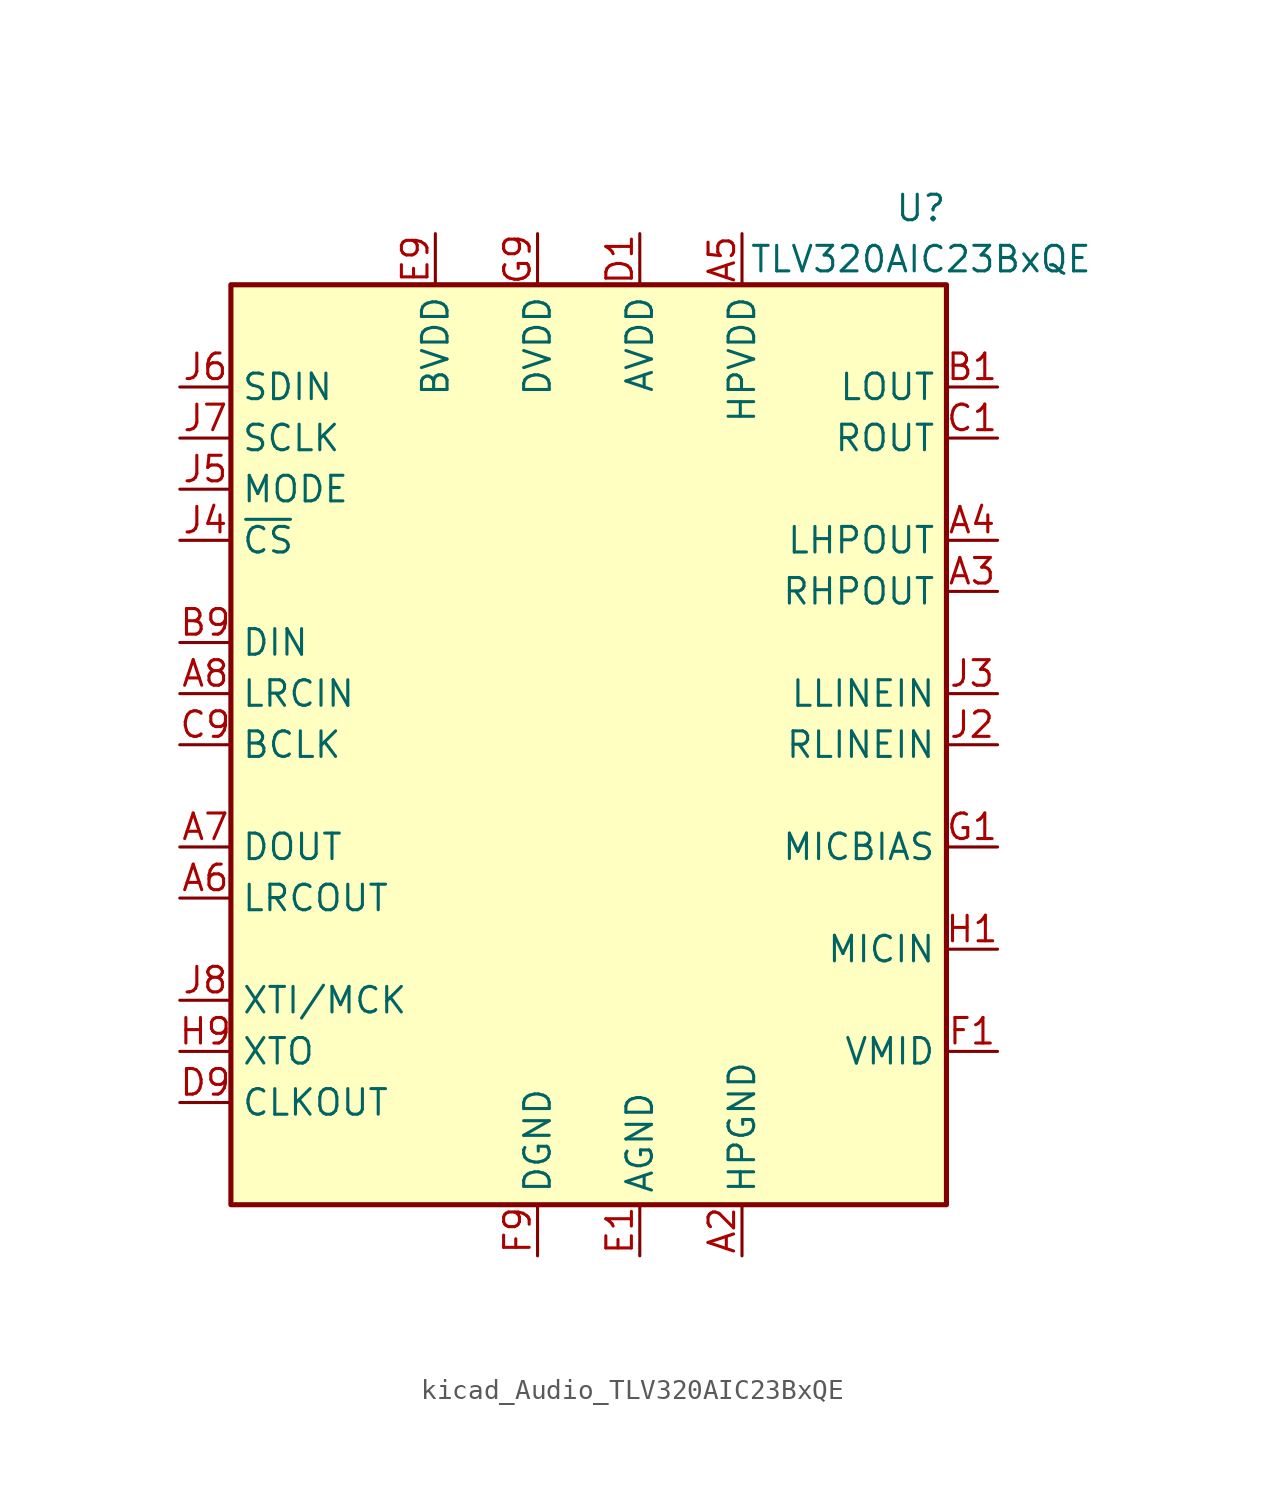
<source format=kicad_sym>
(kicad_symbol_lib
  (version 20220914)
  (generator kicad_symbol_editor)
  (symbol "kicad_Audio_TLV320AIC23BxQE"
    (property "Reference" "U"
      (at 16.51 26.67 0)
      (effects (font (size 1.27 1.27))))
    (property "Value" "TLV320AIC23BxQE"
      (at 16.51 24.13 0)
      (effects (font (size 1.27 1.27))))
    (symbol "kicad_Audio_TLV320AIC23BxQE_0_1"
      (rectangle (start -17.78 22.86) (end 17.78 -22.86) (stroke (width 0.254) (type default)) (fill (type background))))
    (symbol "kicad_Audio_TLV320AIC23BxQE_1_1"
      (pin no_connect line (at -12.7 -22.86 90) (length 2.54) hide (name "NC" (effects (font (size 1.27 1.27)))) (number "A1" (effects (font (size 1.27 1.27)))))
      (pin power_in line (at 7.62 -25.4 90) (length 2.54) (name "HPGND" (effects (font (size 1.27 1.27)))) (number "A2" (effects (font (size 1.27 1.27)))))
      (pin passive line (at 20.32 7.62 180) (length 2.54) (name "RHPOUT" (effects (font (size 1.27 1.27)))) (number "A3" (effects (font (size 1.27 1.27)))))
      (pin passive line (at 20.32 10.16 180) (length 2.54) (name "LHPOUT" (effects (font (size 1.27 1.27)))) (number "A4" (effects (font (size 1.27 1.27)))))
      (pin power_in line (at 7.62 25.4 270) (length 2.54) (name "HPVDD" (effects (font (size 1.27 1.27)))) (number "A5" (effects (font (size 1.27 1.27)))))
      (pin output line (at -20.32 -7.62 0) (length 2.54) (name "LRCOUT" (effects (font (size 1.27 1.27)))) (number "A6" (effects (font (size 1.27 1.27)))))
      (pin output line (at -20.32 -5.08 0) (length 2.54) (name "DOUT" (effects (font (size 1.27 1.27)))) (number "A7" (effects (font (size 1.27 1.27)))))
      (pin input line (at -20.32 2.54 0) (length 2.54) (name "LRCIN" (effects (font (size 1.27 1.27)))) (number "A8" (effects (font (size 1.27 1.27)))))
      (pin no_connect line (at -5.08 -22.86 90) (length 2.54) hide (name "NC" (effects (font (size 1.27 1.27)))) (number "A9" (effects (font (size 1.27 1.27)))))
      (pin passive line (at 20.32 17.78 180) (length 2.54) (name "LOUT" (effects (font (size 1.27 1.27)))) (number "B1" (effects (font (size 1.27 1.27)))))
      (pin no_connect line (at -7.62 -17.78 90) (length 2.54) hide (name "NC" (effects (font (size 1.27 1.27)))) (number "B2" (effects (font (size 1.27 1.27)))))
      (pin no_connect line (at -5.08 -17.78 90) (length 2.54) hide (name "NC" (effects (font (size 1.27 1.27)))) (number "B3" (effects (font (size 1.27 1.27)))))
      (pin no_connect line (at -2.54 -17.78 90) (length 2.54) hide (name "NC" (effects (font (size 1.27 1.27)))) (number "B4" (effects (font (size 1.27 1.27)))))
      (pin no_connect line (at 0 -17.78 90) (length 2.54) hide (name "NC" (effects (font (size 1.27 1.27)))) (number "B5" (effects (font (size 1.27 1.27)))))
      (pin no_connect line (at 2.54 -17.78 90) (length 2.54) hide (name "NC" (effects (font (size 1.27 1.27)))) (number "B6" (effects (font (size 1.27 1.27)))))
      (pin no_connect line (at 5.08 -17.78 90) (length 2.54) hide (name "NC" (effects (font (size 1.27 1.27)))) (number "B7" (effects (font (size 1.27 1.27)))))
      (pin no_connect line (at 7.62 -17.78 90) (length 2.54) hide (name "NC" (effects (font (size 1.27 1.27)))) (number "B8" (effects (font (size 1.27 1.27)))))
      (pin input line (at -20.32 5.08 0) (length 2.54) (name "DIN" (effects (font (size 1.27 1.27)))) (number "B9" (effects (font (size 1.27 1.27)))))
      (pin passive line (at 20.32 15.24 180) (length 2.54) (name "ROUT" (effects (font (size 1.27 1.27)))) (number "C1" (effects (font (size 1.27 1.27)))))
      (pin no_connect line (at -7.62 -12.7 90) (length 2.54) hide (name "NC" (effects (font (size 1.27 1.27)))) (number "C2" (effects (font (size 1.27 1.27)))))
      (pin no_connect line (at -2.54 -12.7 90) (length 2.54) hide (name "NC" (effects (font (size 1.27 1.27)))) (number "C4" (effects (font (size 1.27 1.27)))))
      (pin no_connect line (at 0 -12.7 90) (length 2.54) hide (name "NC" (effects (font (size 1.27 1.27)))) (number "C5" (effects (font (size 1.27 1.27)))))
      (pin no_connect line (at 2.54 -12.7 90) (length 2.54) hide (name "NC" (effects (font (size 1.27 1.27)))) (number "C6" (effects (font (size 1.27 1.27)))))
      (pin no_connect line (at 5.08 -12.7 90) (length 2.54) hide (name "NC" (effects (font (size 1.27 1.27)))) (number "C7" (effects (font (size 1.27 1.27)))))
      (pin no_connect line (at 7.62 -12.7 90) (length 2.54) hide (name "NC" (effects (font (size 1.27 1.27)))) (number "C8" (effects (font (size 1.27 1.27)))))
      (pin bidirectional line (at -20.32 0 0) (length 2.54) (name "BCLK" (effects (font (size 1.27 1.27)))) (number "C9" (effects (font (size 1.27 1.27)))))
      (pin power_in line (at 2.54 25.4 270) (length 2.54) (name "AVDD" (effects (font (size 1.27 1.27)))) (number "D1" (effects (font (size 1.27 1.27)))))
      (pin no_connect line (at -7.62 -7.62 90) (length 2.54) hide (name "NC" (effects (font (size 1.27 1.27)))) (number "D2" (effects (font (size 1.27 1.27)))))
      (pin no_connect line (at -5.08 -7.62 90) (length 2.54) hide (name "NC" (effects (font (size 1.27 1.27)))) (number "D3" (effects (font (size 1.27 1.27)))))
      (pin no_connect line (at -2.54 -7.62 90) (length 2.54) hide (name "NC" (effects (font (size 1.27 1.27)))) (number "D4" (effects (font (size 1.27 1.27)))))
      (pin no_connect line (at 0 -7.62 90) (length 2.54) hide (name "NC" (effects (font (size 1.27 1.27)))) (number "D5" (effects (font (size 1.27 1.27)))))
      (pin no_connect line (at 2.54 -7.62 90) (length 2.54) hide (name "NC" (effects (font (size 1.27 1.27)))) (number "D6" (effects (font (size 1.27 1.27)))))
      (pin no_connect line (at 5.08 -7.62 90) (length 2.54) hide (name "NC" (effects (font (size 1.27 1.27)))) (number "D7" (effects (font (size 1.27 1.27)))))
      (pin no_connect line (at 7.62 -7.62 90) (length 2.54) hide (name "NC" (effects (font (size 1.27 1.27)))) (number "D8" (effects (font (size 1.27 1.27)))))
      (pin output line (at -20.32 -17.78 0) (length 2.54) (name "CLKOUT" (effects (font (size 1.27 1.27)))) (number "D9" (effects (font (size 1.27 1.27)))))
      (pin power_in line (at 2.54 -25.4 90) (length 2.54) (name "AGND" (effects (font (size 1.27 1.27)))) (number "E1" (effects (font (size 1.27 1.27)))))
      (pin no_connect line (at -7.62 -2.54 90) (length 2.54) hide (name "NC" (effects (font (size 1.27 1.27)))) (number "E2" (effects (font (size 1.27 1.27)))))
      (pin no_connect line (at -5.08 -2.54 90) (length 2.54) hide (name "NC" (effects (font (size 1.27 1.27)))) (number "E3" (effects (font (size 1.27 1.27)))))
      (pin no_connect line (at -2.54 -2.54 90) (length 2.54) hide (name "NC" (effects (font (size 1.27 1.27)))) (number "E4" (effects (font (size 1.27 1.27)))))
      (pin no_connect line (at 0 -2.54 90) (length 2.54) hide (name "NC" (effects (font (size 1.27 1.27)))) (number "E5" (effects (font (size 1.27 1.27)))))
      (pin no_connect line (at 2.54 -2.54 90) (length 2.54) hide (name "NC" (effects (font (size 1.27 1.27)))) (number "E6" (effects (font (size 1.27 1.27)))))
      (pin no_connect line (at 5.08 -2.54 90) (length 2.54) hide (name "NC" (effects (font (size 1.27 1.27)))) (number "E7" (effects (font (size 1.27 1.27)))))
      (pin no_connect line (at 7.62 -2.54 90) (length 2.54) hide (name "NC" (effects (font (size 1.27 1.27)))) (number "E8" (effects (font (size 1.27 1.27)))))
      (pin power_in line (at -7.62 25.4 270) (length 2.54) (name "BVDD" (effects (font (size 1.27 1.27)))) (number "E9" (effects (font (size 1.27 1.27)))))
      (pin passive line (at 20.32 -15.24 180) (length 2.54) (name "VMID" (effects (font (size 1.27 1.27)))) (number "F1" (effects (font (size 1.27 1.27)))))
      (pin no_connect line (at -7.62 2.54 90) (length 2.54) hide (name "NC" (effects (font (size 1.27 1.27)))) (number "F2" (effects (font (size 1.27 1.27)))))
      (pin no_connect line (at -5.08 2.54 90) (length 2.54) hide (name "NC" (effects (font (size 1.27 1.27)))) (number "F3" (effects (font (size 1.27 1.27)))))
      (pin no_connect line (at -2.54 2.54 90) (length 2.54) hide (name "NC" (effects (font (size 1.27 1.27)))) (number "F4" (effects (font (size 1.27 1.27)))))
      (pin no_connect line (at 0 2.54 90) (length 2.54) hide (name "NC" (effects (font (size 1.27 1.27)))) (number "F5" (effects (font (size 1.27 1.27)))))
      (pin no_connect line (at 2.54 2.54 90) (length 2.54) hide (name "NC" (effects (font (size 1.27 1.27)))) (number "F6" (effects (font (size 1.27 1.27)))))
      (pin no_connect line (at 5.08 2.54 90) (length 2.54) hide (name "NC" (effects (font (size 1.27 1.27)))) (number "F7" (effects (font (size 1.27 1.27)))))
      (pin no_connect line (at 7.62 2.54 90) (length 2.54) hide (name "NC" (effects (font (size 1.27 1.27)))) (number "F8" (effects (font (size 1.27 1.27)))))
      (pin power_in line (at -2.54 -25.4 90) (length 2.54) (name "DGND" (effects (font (size 1.27 1.27)))) (number "F9" (effects (font (size 1.27 1.27)))))
      (pin passive line (at 20.32 -5.08 180) (length 2.54) (name "MICBIAS" (effects (font (size 1.27 1.27)))) (number "G1" (effects (font (size 1.27 1.27)))))
      (pin no_connect line (at -7.62 7.62 90) (length 2.54) hide (name "NC" (effects (font (size 1.27 1.27)))) (number "G2" (effects (font (size 1.27 1.27)))))
      (pin no_connect line (at -5.08 7.62 90) (length 2.54) hide (name "NC" (effects (font (size 1.27 1.27)))) (number "G3" (effects (font (size 1.27 1.27)))))
      (pin no_connect line (at -2.54 7.62 90) (length 2.54) hide (name "NC" (effects (font (size 1.27 1.27)))) (number "G4" (effects (font (size 1.27 1.27)))))
      (pin no_connect line (at 0 7.62 90) (length 2.54) hide (name "NC" (effects (font (size 1.27 1.27)))) (number "G5" (effects (font (size 1.27 1.27)))))
      (pin no_connect line (at 2.54 7.62 90) (length 2.54) hide (name "NC" (effects (font (size 1.27 1.27)))) (number "G6" (effects (font (size 1.27 1.27)))))
      (pin no_connect line (at 5.08 7.62 90) (length 2.54) hide (name "NC" (effects (font (size 1.27 1.27)))) (number "G7" (effects (font (size 1.27 1.27)))))
      (pin no_connect line (at 7.62 7.62 90) (length 2.54) hide (name "NC" (effects (font (size 1.27 1.27)))) (number "G8" (effects (font (size 1.27 1.27)))))
      (pin power_in line (at -2.54 25.4 270) (length 2.54) (name "DVDD" (effects (font (size 1.27 1.27)))) (number "G9" (effects (font (size 1.27 1.27)))))
      (pin passive line (at 20.32 -10.16 180) (length 2.54) (name "MICIN" (effects (font (size 1.27 1.27)))) (number "H1" (effects (font (size 1.27 1.27)))))
      (pin no_connect line (at -7.62 12.7 90) (length 2.54) hide (name "NC" (effects (font (size 1.27 1.27)))) (number "H2" (effects (font (size 1.27 1.27)))))
      (pin no_connect line (at -5.08 12.7 90) (length 2.54) hide (name "NC" (effects (font (size 1.27 1.27)))) (number "H3" (effects (font (size 1.27 1.27)))))
      (pin no_connect line (at -2.54 12.7 90) (length 2.54) hide (name "NC" (effects (font (size 1.27 1.27)))) (number "H4" (effects (font (size 1.27 1.27)))))
      (pin no_connect line (at 0 12.7 90) (length 2.54) hide (name "NC" (effects (font (size 1.27 1.27)))) (number "H5" (effects (font (size 1.27 1.27)))))
      (pin no_connect line (at 2.54 12.7 90) (length 2.54) hide (name "NC" (effects (font (size 1.27 1.27)))) (number "H6" (effects (font (size 1.27 1.27)))))
      (pin no_connect line (at 5.08 12.7 90) (length 2.54) hide (name "NC" (effects (font (size 1.27 1.27)))) (number "H7" (effects (font (size 1.27 1.27)))))
      (pin no_connect line (at 7.62 12.7 90) (length 2.54) hide (name "NC" (effects (font (size 1.27 1.27)))) (number "H8" (effects (font (size 1.27 1.27)))))
      (pin passive line (at -20.32 -15.24 0) (length 2.54) (name "XTO" (effects (font (size 1.27 1.27)))) (number "H9" (effects (font (size 1.27 1.27)))))
      (pin no_connect line (at -10.16 -22.86 90) (length 2.54) hide (name "NC" (effects (font (size 1.27 1.27)))) (number "J1" (effects (font (size 1.27 1.27)))))
      (pin passive line (at 20.32 0 180) (length 2.54) (name "RLINEIN" (effects (font (size 1.27 1.27)))) (number "J2" (effects (font (size 1.27 1.27)))))
      (pin passive line (at 20.32 2.54 180) (length 2.54) (name "LLINEIN" (effects (font (size 1.27 1.27)))) (number "J3" (effects (font (size 1.27 1.27)))))
      (pin input line (at -20.32 10.16 0) (length 2.54) (name "~{CS}" (effects (font (size 1.27 1.27)))) (number "J4" (effects (font (size 1.27 1.27)))))
      (pin input line (at -20.32 12.7 0) (length 2.54) (name "MODE" (effects (font (size 1.27 1.27)))) (number "J5" (effects (font (size 1.27 1.27)))))
      (pin input line (at -20.32 17.78 0) (length 2.54) (name "SDIN" (effects (font (size 1.27 1.27)))) (number "J6" (effects (font (size 1.27 1.27)))))
      (pin input line (at -20.32 15.24 0) (length 2.54) (name "SCLK" (effects (font (size 1.27 1.27)))) (number "J7" (effects (font (size 1.27 1.27)))))
      (pin passive line (at -20.32 -12.7 0) (length 2.54) (name "XTI/MCK" (effects (font (size 1.27 1.27)))) (number "J8" (effects (font (size 1.27 1.27)))))
      (pin no_connect line (at -7.62 -22.86 90) (length 2.54) hide (name "NC" (effects (font (size 1.27 1.27)))) (number "J9" (effects (font (size 1.27 1.27))))))))
</source>
